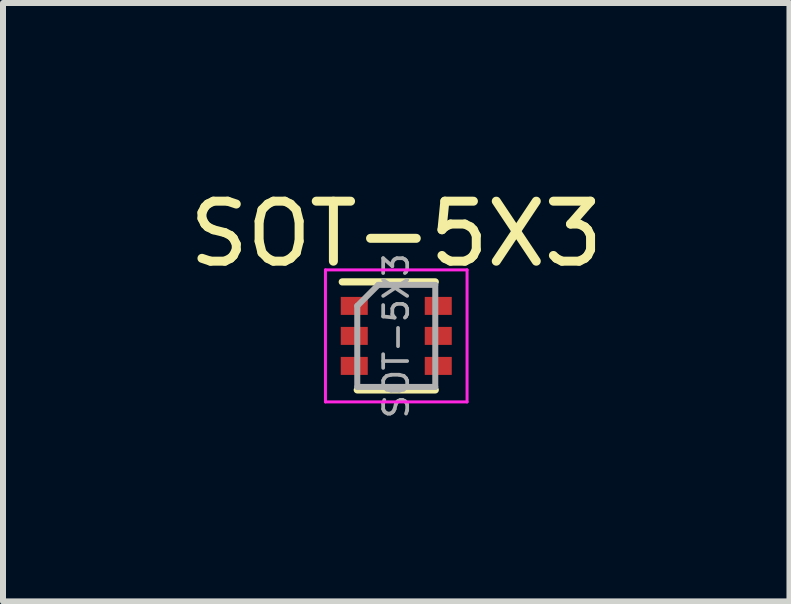
<source format=kicad_pcb>
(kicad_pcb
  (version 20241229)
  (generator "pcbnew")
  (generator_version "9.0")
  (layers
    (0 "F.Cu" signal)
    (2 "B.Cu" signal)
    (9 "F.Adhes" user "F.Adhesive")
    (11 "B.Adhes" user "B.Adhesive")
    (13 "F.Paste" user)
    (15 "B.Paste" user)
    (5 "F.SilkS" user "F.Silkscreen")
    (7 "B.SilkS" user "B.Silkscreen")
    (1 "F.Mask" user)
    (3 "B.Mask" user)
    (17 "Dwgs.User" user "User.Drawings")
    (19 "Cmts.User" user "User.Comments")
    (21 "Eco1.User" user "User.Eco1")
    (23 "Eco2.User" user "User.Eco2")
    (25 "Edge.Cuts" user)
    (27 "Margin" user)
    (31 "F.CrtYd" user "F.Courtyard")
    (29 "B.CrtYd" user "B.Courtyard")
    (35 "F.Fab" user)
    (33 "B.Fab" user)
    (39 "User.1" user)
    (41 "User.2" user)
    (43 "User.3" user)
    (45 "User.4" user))
  (footprint "SOT-5X3"
    (layer "F.Cu")
    (at 3.554 2.548)
    (property "Reference" "SOT-5X3" (at 0 -1.7 0) (layer "F.SilkS") (effects (font (size 1 1) (thickness 0.15))))
    (attr smd)
    (fp_line (start -0.9 -0.9) (end 0.65 -0.9) (stroke (width 0.12) (type solid)) (layer "F.SilkS"))
    (fp_line (start 0.65 0.9) (end -0.65 0.9) (stroke (width 0.12) (type solid)) (layer "F.SilkS"))
    (fp_line (start -1.18 -1.1) (end -1.18 1.1) (stroke (width 0.05) (type solid)) (layer "F.CrtYd"))
    (fp_line (start -1.18 -1.1) (end 1.18 -1.1) (stroke (width 0.05) (type solid)) (layer "F.CrtYd"))
    (fp_line (start 1.18 1.1) (end -1.18 1.1) (stroke (width 0.05) (type solid)) (layer "F.CrtYd"))
    (fp_line (start 1.18 1.1) (end 1.18 -1.1) (stroke (width 0.05) (type solid)) (layer "F.CrtYd"))
    (fp_line (start -0.65 -0.5) (end -0.65 0.85) (stroke (width 0.1) (type solid)) (layer "F.Fab"))
    (fp_line (start -0.65 -0.5) (end -0.3 -0.85) (stroke (width 0.1) (type solid)) (layer "F.Fab"))
    (fp_line (start -0.65 0.85) (end 0.65 0.85) (stroke (width 0.1) (type solid)) (layer "F.Fab"))
    (fp_line (start 0.65 -0.85) (end -0.3 -0.85) (stroke (width 0.1) (type solid)) (layer "F.Fab"))
    (fp_line (start 0.65 0.85) (end 0.65 -0.85) (stroke (width 0.1) (type solid)) (layer "F.Fab"))
    (fp_text user "${REFERENCE}" (at 0 0 90) (layer "F.Fab") (effects (font (size 0.4 0.4) (thickness 0.062))))
    (pad "1" smd rect (at -0.7 -0.5) (size 0.45 0.3) (layers "F.Cu" "F.Mask" "F.Paste"))
    (pad "2" smd rect (at -0.7 0) (size 0.45 0.3) (layers "F.Cu" "F.Mask" "F.Paste"))
    (pad "3" smd rect (at -0.7 0.5) (size 0.45 0.3) (layers "F.Cu" "F.Mask" "F.Paste"))
    (pad "4" smd rect (at 0.7 0.5) (size 0.45 0.3) (layers "F.Cu" "F.Mask" "F.Paste"))
    (pad "5" smd rect (at 0.7 0) (size 0.45 0.3) (layers "F.Cu" "F.Mask" "F.Paste"))
    (pad "6" smd rect (at 0.7 -0.5) (size 0.45 0.3) (layers "F.Cu" "F.Mask" "F.Paste")))
  (gr_rect
    (start -3 -3)
    (end 10.107 6.973)
    (stroke (width 0.1) (type default))
    (fill no)
    (layer "Edge.Cuts")))
</source>
